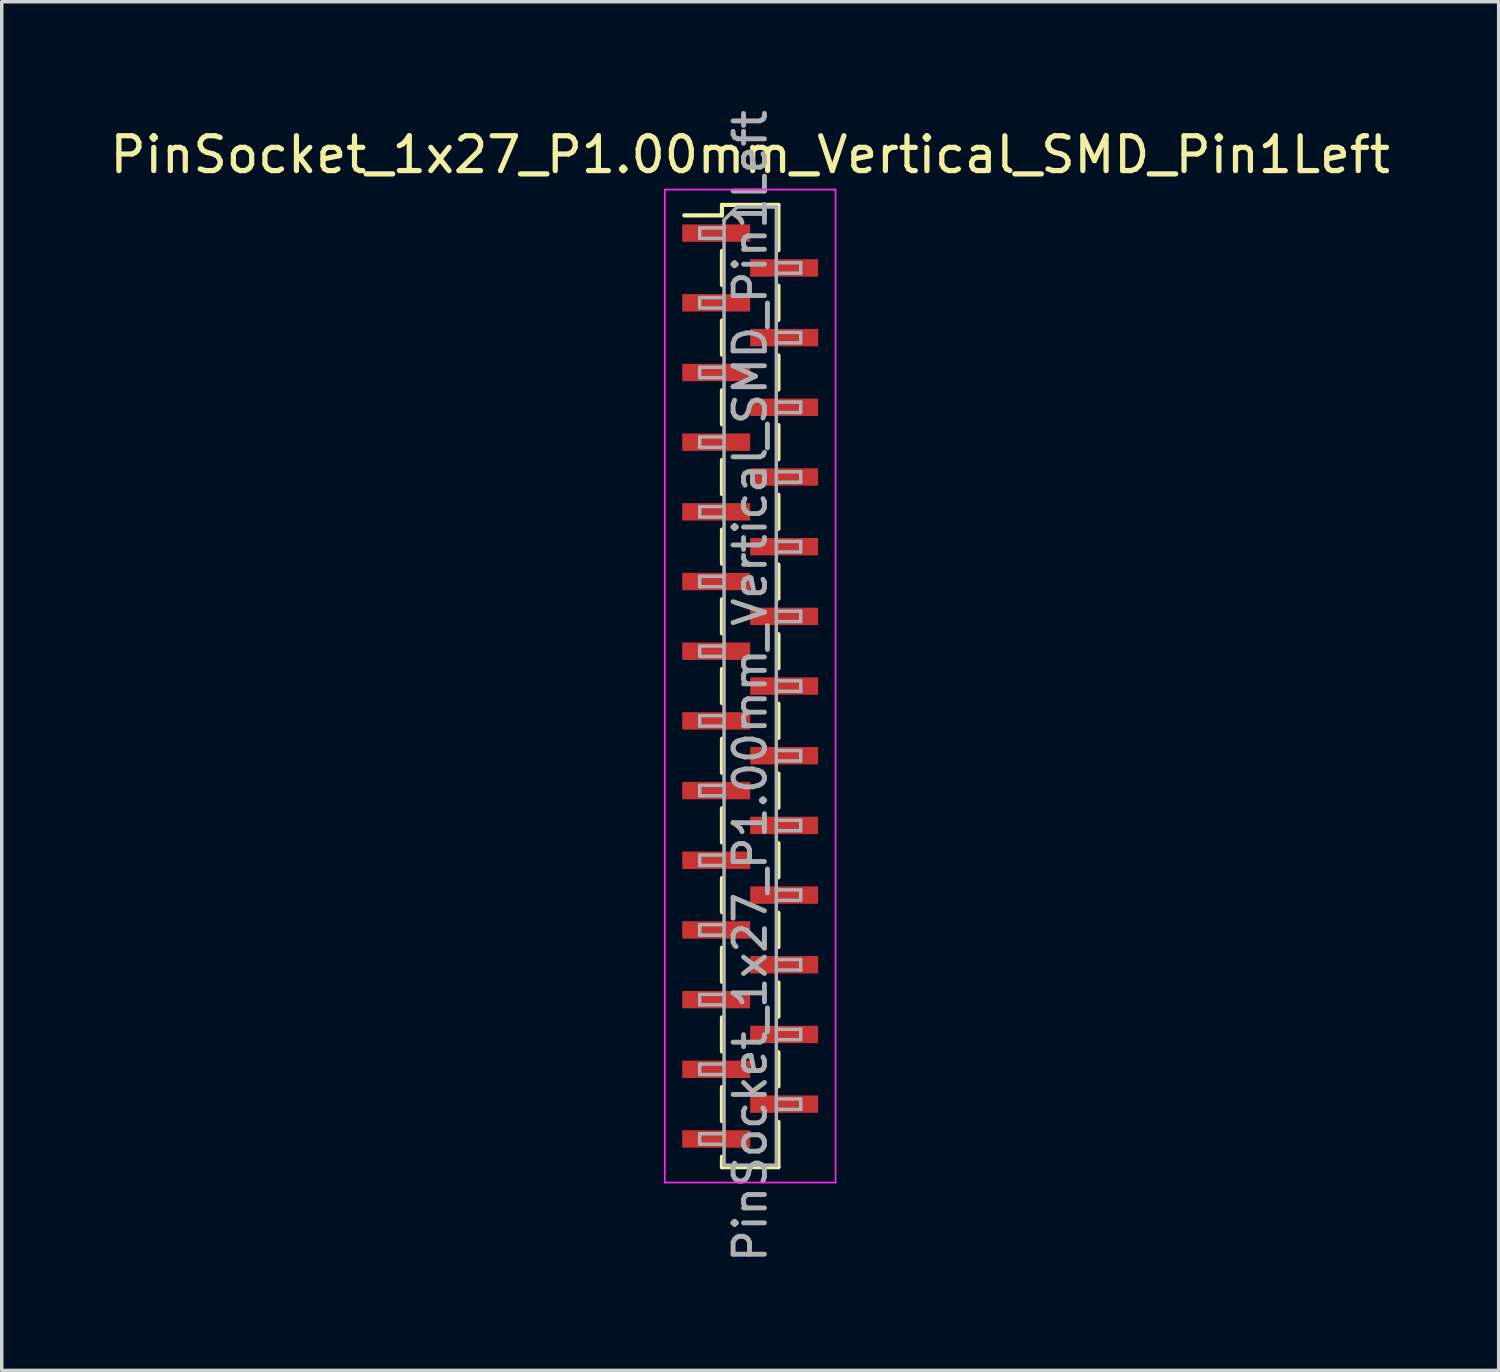
<source format=kicad_pcb>
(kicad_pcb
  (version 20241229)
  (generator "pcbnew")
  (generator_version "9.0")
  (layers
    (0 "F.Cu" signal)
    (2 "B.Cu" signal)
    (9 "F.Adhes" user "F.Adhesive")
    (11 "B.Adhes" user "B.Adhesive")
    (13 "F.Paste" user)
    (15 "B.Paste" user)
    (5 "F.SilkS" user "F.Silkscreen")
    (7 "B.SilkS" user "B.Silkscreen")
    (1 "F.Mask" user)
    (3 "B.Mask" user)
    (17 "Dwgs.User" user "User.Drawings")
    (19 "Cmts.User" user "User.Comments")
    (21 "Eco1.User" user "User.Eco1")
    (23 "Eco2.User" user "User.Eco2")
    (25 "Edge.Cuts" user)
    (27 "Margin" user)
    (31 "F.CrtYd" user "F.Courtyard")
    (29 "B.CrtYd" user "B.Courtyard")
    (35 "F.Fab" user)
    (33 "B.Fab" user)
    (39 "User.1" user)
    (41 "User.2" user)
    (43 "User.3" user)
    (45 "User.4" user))
  (footprint "PinSocket_1x27_P1.00mm_Vertical_SMD_Pin1Left"
    (layer "F.Cu")
    (at 18.482 16.641)
    (property "Reference" "PinSocket_1x27_P1.00mm_Vertical_SMD_Pin1Left" (at 0 -15.25 0) (layer "F.SilkS") (effects (font (size 1 1) (thickness 0.15))))
    (attr smd)
    (fp_line (start -1.89 -13.51) (end -0.81 -13.51) (stroke (width 0.12) (type solid)) (layer "F.SilkS"))
    (fp_line (start -0.81 -13.81) (end -0.81 -13.51) (stroke (width 0.12) (type solid)) (layer "F.SilkS"))
    (fp_line (start -0.81 -13.81) (end 0.81 -13.81) (stroke (width 0.12) (type solid)) (layer "F.SilkS"))
    (fp_line (start -0.81 -12.49) (end -0.81 -11.51) (stroke (width 0.12) (type solid)) (layer "F.SilkS"))
    (fp_line (start -0.81 -10.49) (end -0.81 -9.51) (stroke (width 0.12) (type solid)) (layer "F.SilkS"))
    (fp_line (start -0.81 -8.49) (end -0.81 -7.51) (stroke (width 0.12) (type solid)) (layer "F.SilkS"))
    (fp_line (start -0.81 -6.49) (end -0.81 -5.51) (stroke (width 0.12) (type solid)) (layer "F.SilkS"))
    (fp_line (start -0.81 -4.49) (end -0.81 -3.51) (stroke (width 0.12) (type solid)) (layer "F.SilkS"))
    (fp_line (start -0.81 -2.49) (end -0.81 -1.51) (stroke (width 0.12) (type solid)) (layer "F.SilkS"))
    (fp_line (start -0.81 -0.49) (end -0.81 0.49) (stroke (width 0.12) (type solid)) (layer "F.SilkS"))
    (fp_line (start -0.81 1.51) (end -0.81 2.49) (stroke (width 0.12) (type solid)) (layer "F.SilkS"))
    (fp_line (start -0.81 3.51) (end -0.81 4.49) (stroke (width 0.12) (type solid)) (layer "F.SilkS"))
    (fp_line (start -0.81 5.51) (end -0.81 6.49) (stroke (width 0.12) (type solid)) (layer "F.SilkS"))
    (fp_line (start -0.81 7.51) (end -0.81 8.49) (stroke (width 0.12) (type solid)) (layer "F.SilkS"))
    (fp_line (start -0.81 9.51) (end -0.81 10.49) (stroke (width 0.12) (type solid)) (layer "F.SilkS"))
    (fp_line (start -0.81 11.51) (end -0.81 12.49) (stroke (width 0.12) (type solid)) (layer "F.SilkS"))
    (fp_line (start -0.81 13.51) (end -0.81 13.81) (stroke (width 0.12) (type solid)) (layer "F.SilkS"))
    (fp_line (start -0.81 13.81) (end 0.81 13.81) (stroke (width 0.12) (type solid)) (layer "F.SilkS"))
    (fp_line (start 0.81 -13.81) (end 0.81 -12.51) (stroke (width 0.12) (type solid)) (layer "F.SilkS"))
    (fp_line (start 0.81 -11.49) (end 0.81 -10.51) (stroke (width 0.12) (type solid)) (layer "F.SilkS"))
    (fp_line (start 0.81 -9.49) (end 0.81 -8.51) (stroke (width 0.12) (type solid)) (layer "F.SilkS"))
    (fp_line (start 0.81 -7.49) (end 0.81 -6.51) (stroke (width 0.12) (type solid)) (layer "F.SilkS"))
    (fp_line (start 0.81 -5.49) (end 0.81 -4.51) (stroke (width 0.12) (type solid)) (layer "F.SilkS"))
    (fp_line (start 0.81 -3.49) (end 0.81 -2.51) (stroke (width 0.12) (type solid)) (layer "F.SilkS"))
    (fp_line (start 0.81 -1.49) (end 0.81 -0.51) (stroke (width 0.12) (type solid)) (layer "F.SilkS"))
    (fp_line (start 0.81 0.51) (end 0.81 1.49) (stroke (width 0.12) (type solid)) (layer "F.SilkS"))
    (fp_line (start 0.81 2.51) (end 0.81 3.49) (stroke (width 0.12) (type solid)) (layer "F.SilkS"))
    (fp_line (start 0.81 4.51) (end 0.81 5.49) (stroke (width 0.12) (type solid)) (layer "F.SilkS"))
    (fp_line (start 0.81 6.51) (end 0.81 7.49) (stroke (width 0.12) (type solid)) (layer "F.SilkS"))
    (fp_line (start 0.81 8.51) (end 0.81 9.49) (stroke (width 0.12) (type solid)) (layer "F.SilkS"))
    (fp_line (start 0.81 10.51) (end 0.81 11.49) (stroke (width 0.12) (type solid)) (layer "F.SilkS"))
    (fp_line (start 0.81 12.51) (end 0.81 13.81) (stroke (width 0.12) (type solid)) (layer "F.SilkS"))
    (fp_line (start -2.45 -14.25) (end 2.45 -14.25) (stroke (width 0.05) (type solid)) (layer "F.CrtYd"))
    (fp_line (start -2.45 14.25) (end -2.45 -14.25) (stroke (width 0.05) (type solid)) (layer "F.CrtYd"))
    (fp_line (start 2.45 -14.25) (end 2.45 14.25) (stroke (width 0.05) (type solid)) (layer "F.CrtYd"))
    (fp_line (start 2.45 14.25) (end -2.45 14.25) (stroke (width 0.05) (type solid)) (layer "F.CrtYd"))
    (fp_line (start -1.45 -13.15) (end -0.75 -13.15) (stroke (width 0.1) (type solid)) (layer "F.Fab"))
    (fp_line (start -1.45 -12.85) (end -1.45 -13.15) (stroke (width 0.1) (type solid)) (layer "F.Fab"))
    (fp_line (start -1.45 -11.15) (end -0.75 -11.15) (stroke (width 0.1) (type solid)) (layer "F.Fab"))
    (fp_line (start -1.45 -10.85) (end -1.45 -11.15) (stroke (width 0.1) (type solid)) (layer "F.Fab"))
    (fp_line (start -1.45 -9.15) (end -0.75 -9.15) (stroke (width 0.1) (type solid)) (layer "F.Fab"))
    (fp_line (start -1.45 -8.85) (end -1.45 -9.15) (stroke (width 0.1) (type solid)) (layer "F.Fab"))
    (fp_line (start -1.45 -7.15) (end -0.75 -7.15) (stroke (width 0.1) (type solid)) (layer "F.Fab"))
    (fp_line (start -1.45 -6.85) (end -1.45 -7.15) (stroke (width 0.1) (type solid)) (layer "F.Fab"))
    (fp_line (start -1.45 -5.15) (end -0.75 -5.15) (stroke (width 0.1) (type solid)) (layer "F.Fab"))
    (fp_line (start -1.45 -4.85) (end -1.45 -5.15) (stroke (width 0.1) (type solid)) (layer "F.Fab"))
    (fp_line (start -1.45 -3.15) (end -0.75 -3.15) (stroke (width 0.1) (type solid)) (layer "F.Fab"))
    (fp_line (start -1.45 -2.85) (end -1.45 -3.15) (stroke (width 0.1) (type solid)) (layer "F.Fab"))
    (fp_line (start -1.45 -1.15) (end -0.75 -1.15) (stroke (width 0.1) (type solid)) (layer "F.Fab"))
    (fp_line (start -1.45 -0.85) (end -1.45 -1.15) (stroke (width 0.1) (type solid)) (layer "F.Fab"))
    (fp_line (start -1.45 0.85) (end -0.75 0.85) (stroke (width 0.1) (type solid)) (layer "F.Fab"))
    (fp_line (start -1.45 1.15) (end -1.45 0.85) (stroke (width 0.1) (type solid)) (layer "F.Fab"))
    (fp_line (start -1.45 2.85) (end -0.75 2.85) (stroke (width 0.1) (type solid)) (layer "F.Fab"))
    (fp_line (start -1.45 3.15) (end -1.45 2.85) (stroke (width 0.1) (type solid)) (layer "F.Fab"))
    (fp_line (start -1.45 4.85) (end -0.75 4.85) (stroke (width 0.1) (type solid)) (layer "F.Fab"))
    (fp_line (start -1.45 5.15) (end -1.45 4.85) (stroke (width 0.1) (type solid)) (layer "F.Fab"))
    (fp_line (start -1.45 6.85) (end -0.75 6.85) (stroke (width 0.1) (type solid)) (layer "F.Fab"))
    (fp_line (start -1.45 7.15) (end -1.45 6.85) (stroke (width 0.1) (type solid)) (layer "F.Fab"))
    (fp_line (start -1.45 8.85) (end -0.75 8.85) (stroke (width 0.1) (type solid)) (layer "F.Fab"))
    (fp_line (start -1.45 9.15) (end -1.45 8.85) (stroke (width 0.1) (type solid)) (layer "F.Fab"))
    (fp_line (start -1.45 10.85) (end -0.75 10.85) (stroke (width 0.1) (type solid)) (layer "F.Fab"))
    (fp_line (start -1.45 11.15) (end -1.45 10.85) (stroke (width 0.1) (type solid)) (layer "F.Fab"))
    (fp_line (start -1.45 12.85) (end -0.75 12.85) (stroke (width 0.1) (type solid)) (layer "F.Fab"))
    (fp_line (start -1.45 13.15) (end -1.45 12.85) (stroke (width 0.1) (type solid)) (layer "F.Fab"))
    (fp_line (start -0.75 -13.375) (end -0.375 -13.75) (stroke (width 0.1) (type solid)) (layer "F.Fab"))
    (fp_line (start -0.75 -12.85) (end -1.45 -12.85) (stroke (width 0.1) (type solid)) (layer "F.Fab"))
    (fp_line (start -0.75 -10.85) (end -1.45 -10.85) (stroke (width 0.1) (type solid)) (layer "F.Fab"))
    (fp_line (start -0.75 -8.85) (end -1.45 -8.85) (stroke (width 0.1) (type solid)) (layer "F.Fab"))
    (fp_line (start -0.75 -6.85) (end -1.45 -6.85) (stroke (width 0.1) (type solid)) (layer "F.Fab"))
    (fp_line (start -0.75 -4.85) (end -1.45 -4.85) (stroke (width 0.1) (type solid)) (layer "F.Fab"))
    (fp_line (start -0.75 -2.85) (end -1.45 -2.85) (stroke (width 0.1) (type solid)) (layer "F.Fab"))
    (fp_line (start -0.75 -0.85) (end -1.45 -0.85) (stroke (width 0.1) (type solid)) (layer "F.Fab"))
    (fp_line (start -0.75 1.15) (end -1.45 1.15) (stroke (width 0.1) (type solid)) (layer "F.Fab"))
    (fp_line (start -0.75 3.15) (end -1.45 3.15) (stroke (width 0.1) (type solid)) (layer "F.Fab"))
    (fp_line (start -0.75 5.15) (end -1.45 5.15) (stroke (width 0.1) (type solid)) (layer "F.Fab"))
    (fp_line (start -0.75 7.15) (end -1.45 7.15) (stroke (width 0.1) (type solid)) (layer "F.Fab"))
    (fp_line (start -0.75 9.15) (end -1.45 9.15) (stroke (width 0.1) (type solid)) (layer "F.Fab"))
    (fp_line (start -0.75 11.15) (end -1.45 11.15) (stroke (width 0.1) (type solid)) (layer "F.Fab"))
    (fp_line (start -0.75 13.15) (end -1.45 13.15) (stroke (width 0.1) (type solid)) (layer "F.Fab"))
    (fp_line (start -0.75 13.75) (end -0.75 -13.375) (stroke (width 0.1) (type solid)) (layer "F.Fab"))
    (fp_line (start -0.375 -13.75) (end 0.75 -13.75) (stroke (width 0.1) (type solid)) (layer "F.Fab"))
    (fp_line (start 0.75 -13.75) (end 0.75 13.75) (stroke (width 0.1) (type solid)) (layer "F.Fab"))
    (fp_line (start 0.75 -12.15) (end 1.45 -12.15) (stroke (width 0.1) (type solid)) (layer "F.Fab"))
    (fp_line (start 0.75 -10.15) (end 1.45 -10.15) (stroke (width 0.1) (type solid)) (layer "F.Fab"))
    (fp_line (start 0.75 -8.15) (end 1.45 -8.15) (stroke (width 0.1) (type solid)) (layer "F.Fab"))
    (fp_line (start 0.75 -6.15) (end 1.45 -6.15) (stroke (width 0.1) (type solid)) (layer "F.Fab"))
    (fp_line (start 0.75 -4.15) (end 1.45 -4.15) (stroke (width 0.1) (type solid)) (layer "F.Fab"))
    (fp_line (start 0.75 -2.15) (end 1.45 -2.15) (stroke (width 0.1) (type solid)) (layer "F.Fab"))
    (fp_line (start 0.75 -0.15) (end 1.45 -0.15) (stroke (width 0.1) (type solid)) (layer "F.Fab"))
    (fp_line (start 0.75 1.85) (end 1.45 1.85) (stroke (width 0.1) (type solid)) (layer "F.Fab"))
    (fp_line (start 0.75 3.85) (end 1.45 3.85) (stroke (width 0.1) (type solid)) (layer "F.Fab"))
    (fp_line (start 0.75 5.85) (end 1.45 5.85) (stroke (width 0.1) (type solid)) (layer "F.Fab"))
    (fp_line (start 0.75 7.85) (end 1.45 7.85) (stroke (width 0.1) (type solid)) (layer "F.Fab"))
    (fp_line (start 0.75 9.85) (end 1.45 9.85) (stroke (width 0.1) (type solid)) (layer "F.Fab"))
    (fp_line (start 0.75 11.85) (end 1.45 11.85) (stroke (width 0.1) (type solid)) (layer "F.Fab"))
    (fp_line (start 0.75 13.75) (end -0.75 13.75) (stroke (width 0.1) (type solid)) (layer "F.Fab"))
    (fp_line (start 1.45 -12.15) (end 1.45 -11.85) (stroke (width 0.1) (type solid)) (layer "F.Fab"))
    (fp_line (start 1.45 -11.85) (end 0.75 -11.85) (stroke (width 0.1) (type solid)) (layer "F.Fab"))
    (fp_line (start 1.45 -10.15) (end 1.45 -9.85) (stroke (width 0.1) (type solid)) (layer "F.Fab"))
    (fp_line (start 1.45 -9.85) (end 0.75 -9.85) (stroke (width 0.1) (type solid)) (layer "F.Fab"))
    (fp_line (start 1.45 -8.15) (end 1.45 -7.85) (stroke (width 0.1) (type solid)) (layer "F.Fab"))
    (fp_line (start 1.45 -7.85) (end 0.75 -7.85) (stroke (width 0.1) (type solid)) (layer "F.Fab"))
    (fp_line (start 1.45 -6.15) (end 1.45 -5.85) (stroke (width 0.1) (type solid)) (layer "F.Fab"))
    (fp_line (start 1.45 -5.85) (end 0.75 -5.85) (stroke (width 0.1) (type solid)) (layer "F.Fab"))
    (fp_line (start 1.45 -4.15) (end 1.45 -3.85) (stroke (width 0.1) (type solid)) (layer "F.Fab"))
    (fp_line (start 1.45 -3.85) (end 0.75 -3.85) (stroke (width 0.1) (type solid)) (layer "F.Fab"))
    (fp_line (start 1.45 -2.15) (end 1.45 -1.85) (stroke (width 0.1) (type solid)) (layer "F.Fab"))
    (fp_line (start 1.45 -1.85) (end 0.75 -1.85) (stroke (width 0.1) (type solid)) (layer "F.Fab"))
    (fp_line (start 1.45 -0.15) (end 1.45 0.15) (stroke (width 0.1) (type solid)) (layer "F.Fab"))
    (fp_line (start 1.45 0.15) (end 0.75 0.15) (stroke (width 0.1) (type solid)) (layer "F.Fab"))
    (fp_line (start 1.45 1.85) (end 1.45 2.15) (stroke (width 0.1) (type solid)) (layer "F.Fab"))
    (fp_line (start 1.45 2.15) (end 0.75 2.15) (stroke (width 0.1) (type solid)) (layer "F.Fab"))
    (fp_line (start 1.45 3.85) (end 1.45 4.15) (stroke (width 0.1) (type solid)) (layer "F.Fab"))
    (fp_line (start 1.45 4.15) (end 0.75 4.15) (stroke (width 0.1) (type solid)) (layer "F.Fab"))
    (fp_line (start 1.45 5.85) (end 1.45 6.15) (stroke (width 0.1) (type solid)) (layer "F.Fab"))
    (fp_line (start 1.45 6.15) (end 0.75 6.15) (stroke (width 0.1) (type solid)) (layer "F.Fab"))
    (fp_line (start 1.45 7.85) (end 1.45 8.15) (stroke (width 0.1) (type solid)) (layer "F.Fab"))
    (fp_line (start 1.45 8.15) (end 0.75 8.15) (stroke (width 0.1) (type solid)) (layer "F.Fab"))
    (fp_line (start 1.45 9.85) (end 1.45 10.15) (stroke (width 0.1) (type solid)) (layer "F.Fab"))
    (fp_line (start 1.45 10.15) (end 0.75 10.15) (stroke (width 0.1) (type solid)) (layer "F.Fab"))
    (fp_line (start 1.45 11.85) (end 1.45 12.15) (stroke (width 0.1) (type solid)) (layer "F.Fab"))
    (fp_line (start 1.45 12.15) (end 0.75 12.15) (stroke (width 0.1) (type solid)) (layer "F.Fab"))
    (fp_text user "${REFERENCE}" (at 0 0 90) (layer "F.Fab") (effects (font (size 0.9 0.9) (thickness 0.14))))
    (pad "1" smd rect (at -0.975 -13) (size 1.95 0.5) (layers "F.Cu" "F.Mask" "F.Paste"))
    (pad "2" smd rect (at 0.975 -12) (size 1.95 0.5) (layers "F.Cu" "F.Mask" "F.Paste"))
    (pad "3" smd rect (at -0.975 -11) (size 1.95 0.5) (layers "F.Cu" "F.Mask" "F.Paste"))
    (pad "4" smd rect (at 0.975 -10) (size 1.95 0.5) (layers "F.Cu" "F.Mask" "F.Paste"))
    (pad "5" smd rect (at -0.975 -9) (size 1.95 0.5) (layers "F.Cu" "F.Mask" "F.Paste"))
    (pad "6" smd rect (at 0.975 -8) (size 1.95 0.5) (layers "F.Cu" "F.Mask" "F.Paste"))
    (pad "7" smd rect (at -0.975 -7) (size 1.95 0.5) (layers "F.Cu" "F.Mask" "F.Paste"))
    (pad "8" smd rect (at 0.975 -6) (size 1.95 0.5) (layers "F.Cu" "F.Mask" "F.Paste"))
    (pad "9" smd rect (at -0.975 -5) (size 1.95 0.5) (layers "F.Cu" "F.Mask" "F.Paste"))
    (pad "10" smd rect (at 0.975 -4) (size 1.95 0.5) (layers "F.Cu" "F.Mask" "F.Paste"))
    (pad "11" smd rect (at -0.975 -3) (size 1.95 0.5) (layers "F.Cu" "F.Mask" "F.Paste"))
    (pad "12" smd rect (at 0.975 -2) (size 1.95 0.5) (layers "F.Cu" "F.Mask" "F.Paste"))
    (pad "13" smd rect (at -0.975 -1) (size 1.95 0.5) (layers "F.Cu" "F.Mask" "F.Paste"))
    (pad "14" smd rect (at 0.975 0) (size 1.95 0.5) (layers "F.Cu" "F.Mask" "F.Paste"))
    (pad "15" smd rect (at -0.975 1) (size 1.95 0.5) (layers "F.Cu" "F.Mask" "F.Paste"))
    (pad "16" smd rect (at 0.975 2) (size 1.95 0.5) (layers "F.Cu" "F.Mask" "F.Paste"))
    (pad "17" smd rect (at -0.975 3) (size 1.95 0.5) (layers "F.Cu" "F.Mask" "F.Paste"))
    (pad "18" smd rect (at 0.975 4) (size 1.95 0.5) (layers "F.Cu" "F.Mask" "F.Paste"))
    (pad "19" smd rect (at -0.975 5) (size 1.95 0.5) (layers "F.Cu" "F.Mask" "F.Paste"))
    (pad "20" smd rect (at 0.975 6) (size 1.95 0.5) (layers "F.Cu" "F.Mask" "F.Paste"))
    (pad "21" smd rect (at -0.975 7) (size 1.95 0.5) (layers "F.Cu" "F.Mask" "F.Paste"))
    (pad "22" smd rect (at 0.975 8) (size 1.95 0.5) (layers "F.Cu" "F.Mask" "F.Paste"))
    (pad "23" smd rect (at -0.975 9) (size 1.95 0.5) (layers "F.Cu" "F.Mask" "F.Paste"))
    (pad "24" smd rect (at 0.975 10) (size 1.95 0.5) (layers "F.Cu" "F.Mask" "F.Paste"))
    (pad "25" smd rect (at -0.975 11) (size 1.95 0.5) (layers "F.Cu" "F.Mask" "F.Paste"))
    (pad "26" smd rect (at 0.975 12) (size 1.95 0.5) (layers "F.Cu" "F.Mask" "F.Paste"))
    (pad "27" smd rect (at -0.975 13) (size 1.95 0.5) (layers "F.Cu" "F.Mask" "F.Paste")))
  (gr_rect
    (start -3 -3)
    (end 39.964 36.283)
    (stroke (width 0.1) (type default))
    (fill no)
    (layer "Edge.Cuts")))
</source>
